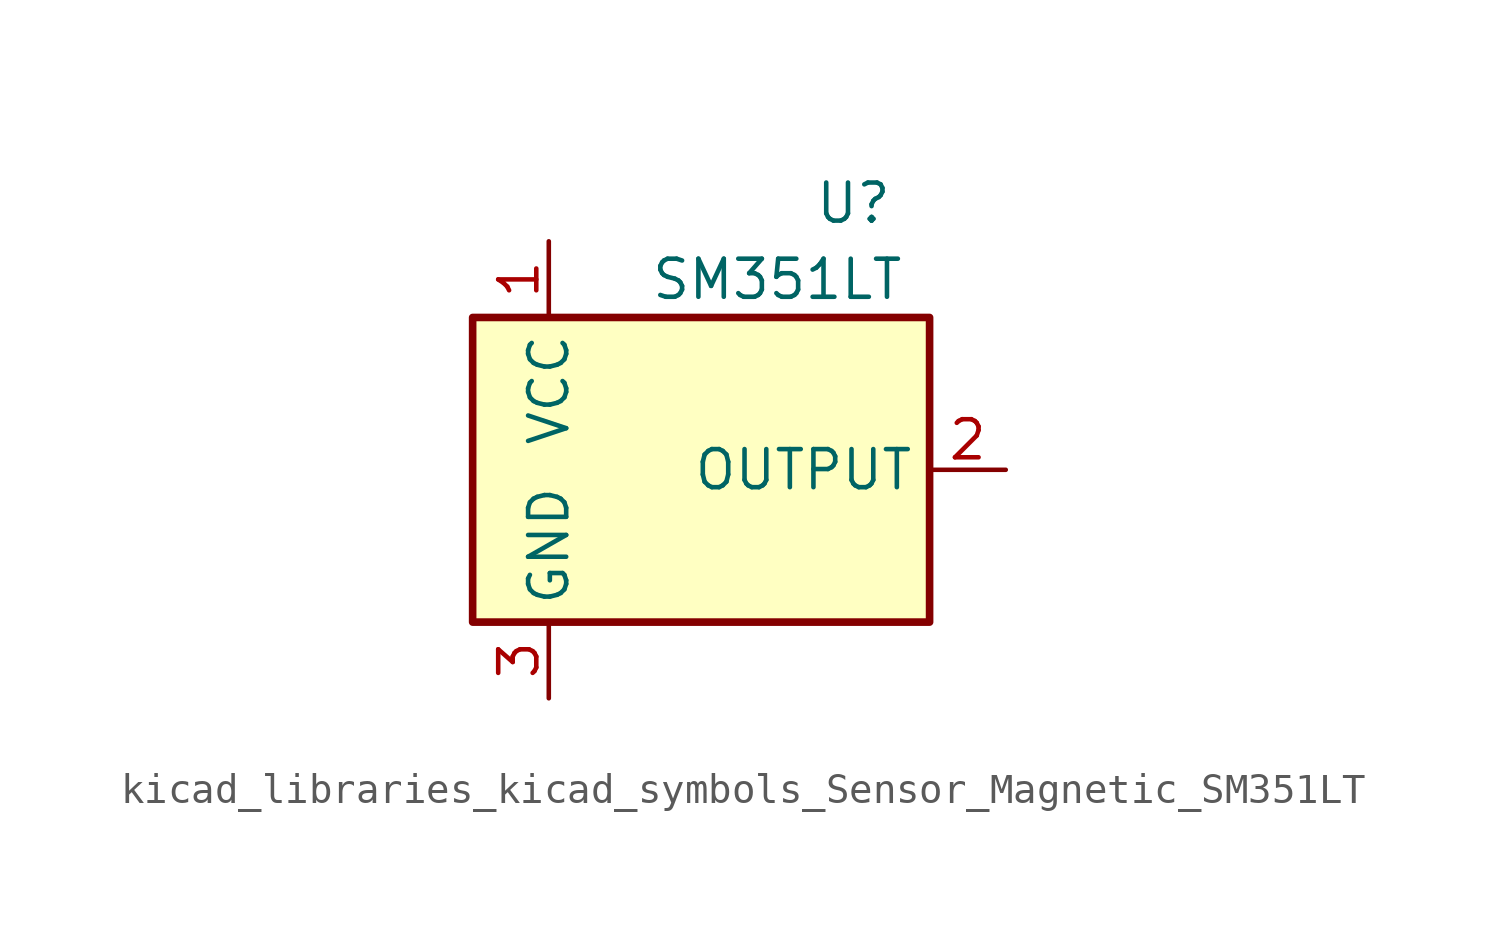
<source format=kicad_sym>
(kicad_symbol_lib
  (version 20220914)
  (generator kicad_symbol_editor)
  (symbol "kicad_libraries_kicad_symbols_Sensor_Magnetic_SM351LT"
    (property "Reference" "U"
      (at 5.08 8.89 0)
      (effects (font (size 1.27 1.27))))
    (property "Value" "SM351LT"
      (at 2.54 6.35 0)
      (effects (font (size 1.27 1.27))))
    (symbol "kicad_libraries_kicad_symbols_Sensor_Magnetic_SM351LT_0_1"
      (rectangle (start 7.62 5.08) (end -7.62 -5.08) (stroke (width 0.254) (type default)) (fill (type background))))
    (symbol "kicad_libraries_kicad_symbols_Sensor_Magnetic_SM351LT_1_1"
      (pin power_in line (at -5.08 7.62 270) (length 2.54) (name "VCC" (effects (font (size 1.27 1.27)))) (number "1" (effects (font (size 1.27 1.27)))))
      (pin output line (at 10.16 0 180) (length 2.54) (name "OUTPUT" (effects (font (size 1.27 1.27)))) (number "2" (effects (font (size 1.27 1.27)))))
      (pin power_in line (at -5.08 -7.62 90) (length 2.54) (name "GND" (effects (font (size 1.27 1.27)))) (number "3" (effects (font (size 1.27 1.27))))))))
</source>
